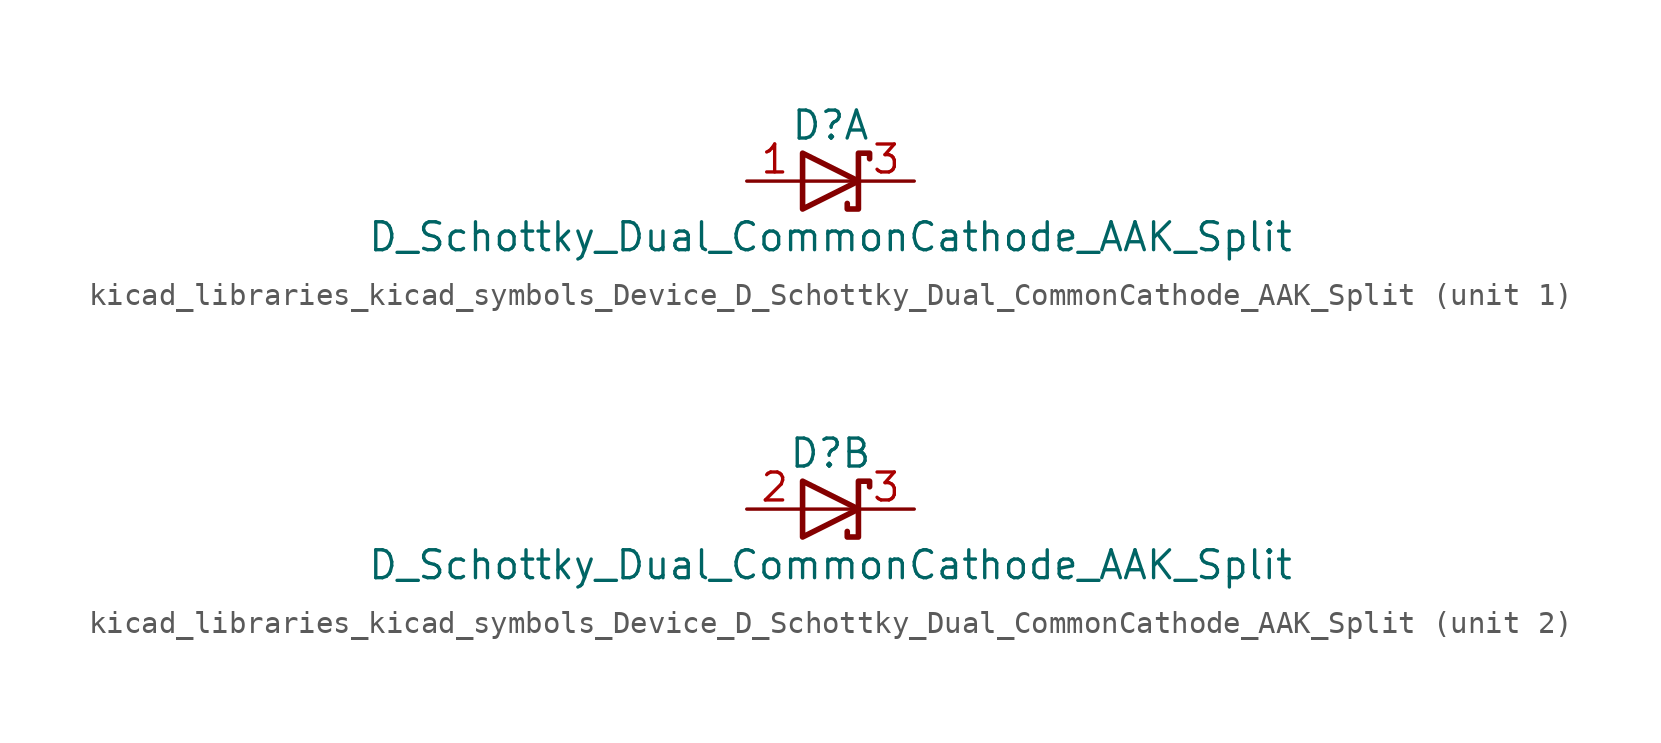
<source format=kicad_sym>
(kicad_symbol_lib
  (version 20220914)
  (generator kicad_symbol_editor)
  (symbol "kicad_libraries_kicad_symbols_Device_D_Schottky_Dual_CommonCathode_AAK_Split"
    (pin_names
      (offset 0.762) hide)
    (property "Reference" "D"
      (at 0 2.54 0)
      (effects (font (size 1.27 1.27))))
    (property "Value" "D_Schottky_Dual_CommonCathode_AAK_Split"
      (at 0 -2.54 0)
      (effects (font (size 1.27 1.27))))
    (property "ki_locked" ""
      (at 0 0 0)
      (effects (font (size 1.27 1.27))))
    (symbol "kicad_libraries_kicad_symbols_Device_D_Schottky_Dual_CommonCathode_AAK_Split_0_1"
      (polyline (pts (xy 1.27 0) (xy -1.27 0)) (stroke (width 0) (type default)) (fill (type none)))
      (polyline (pts (xy -1.27 1.27) (xy 1.27 0) (xy -1.27 -1.27) (xy -1.27 1.27) (xy -1.27 1.27) (xy -1.27 1.27)) (stroke (width 0.254) (type default)) (fill (type none)))
      (polyline (pts (xy 1.778 1.016) (xy 1.778 1.27) (xy 1.27 1.27) (xy 1.27 -1.27) (xy 0.762 -1.27) (xy 0.762 -1.016)) (stroke (width 0.254) (type default)) (fill (type none)))
      (pin passive line (at 3.81 0 180) (length 2.54) (name "K" (effects (font (size 1.27 1.27)))) (number "3" (effects (font (size 1.27 1.27))))))
    (symbol "kicad_libraries_kicad_symbols_Device_D_Schottky_Dual_CommonCathode_AAK_Split_1_1"
      (pin passive line (at -3.81 0 0) (length 2.54) (name "A" (effects (font (size 1.27 1.27)))) (number "1" (effects (font (size 1.27 1.27))))))
    (symbol "kicad_libraries_kicad_symbols_Device_D_Schottky_Dual_CommonCathode_AAK_Split_2_1"
      (pin passive line (at -3.81 0 0) (length 2.54) (name "K" (effects (font (size 1.27 1.27)))) (number "2" (effects (font (size 1.27 1.27))))))))
</source>
